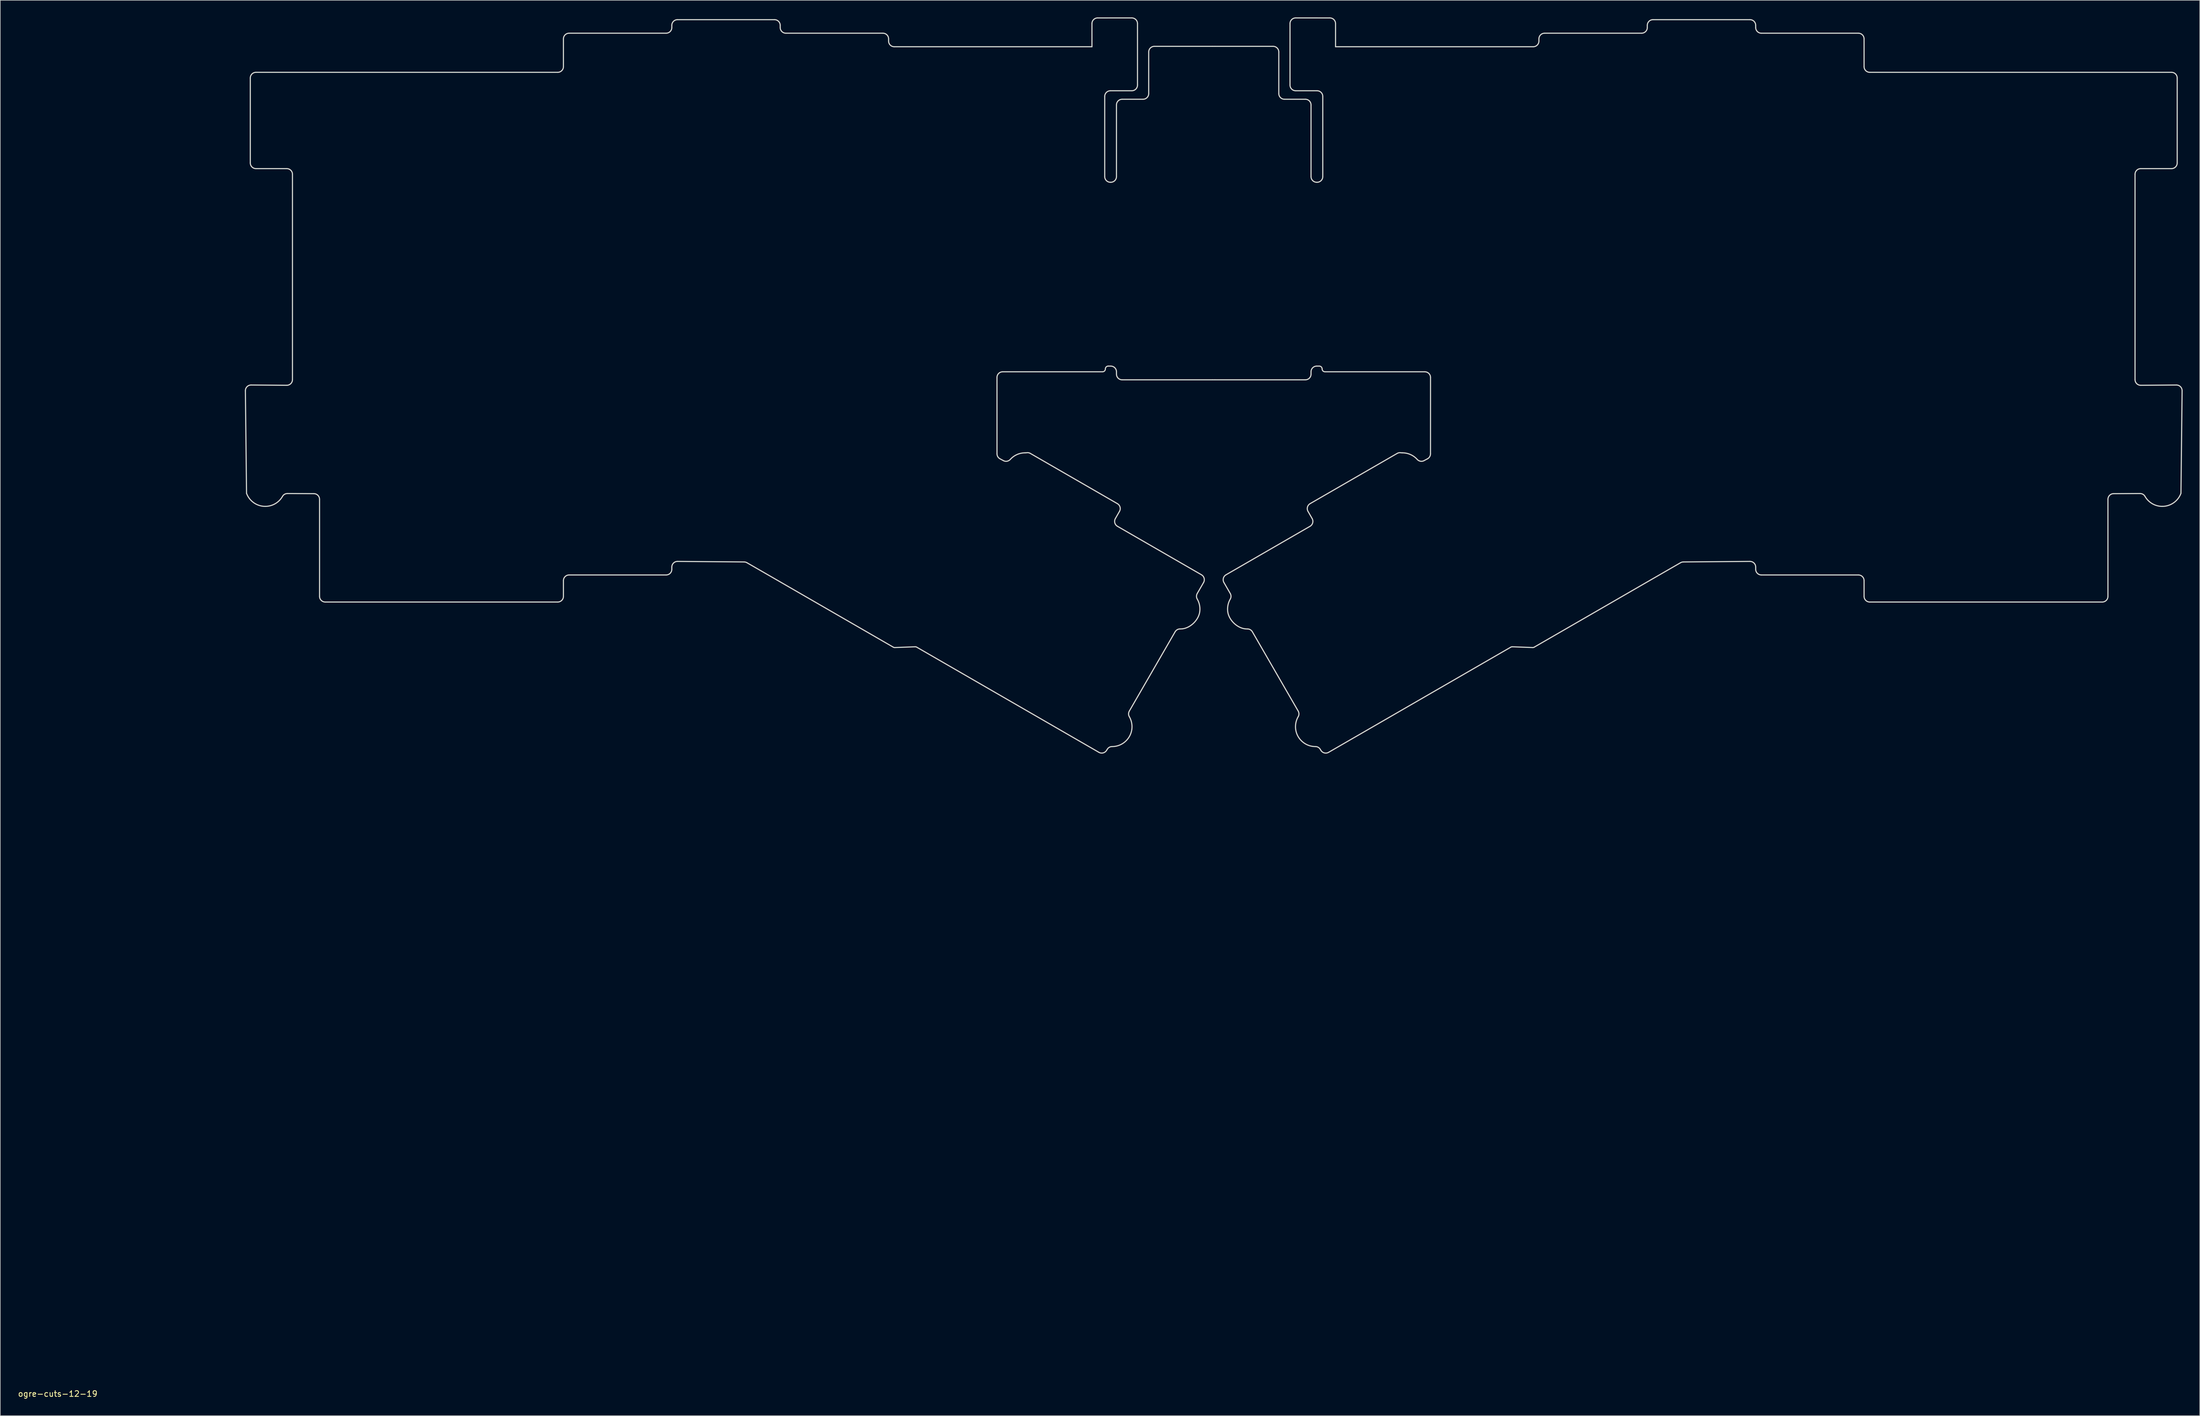
<source format=kicad_pcb>
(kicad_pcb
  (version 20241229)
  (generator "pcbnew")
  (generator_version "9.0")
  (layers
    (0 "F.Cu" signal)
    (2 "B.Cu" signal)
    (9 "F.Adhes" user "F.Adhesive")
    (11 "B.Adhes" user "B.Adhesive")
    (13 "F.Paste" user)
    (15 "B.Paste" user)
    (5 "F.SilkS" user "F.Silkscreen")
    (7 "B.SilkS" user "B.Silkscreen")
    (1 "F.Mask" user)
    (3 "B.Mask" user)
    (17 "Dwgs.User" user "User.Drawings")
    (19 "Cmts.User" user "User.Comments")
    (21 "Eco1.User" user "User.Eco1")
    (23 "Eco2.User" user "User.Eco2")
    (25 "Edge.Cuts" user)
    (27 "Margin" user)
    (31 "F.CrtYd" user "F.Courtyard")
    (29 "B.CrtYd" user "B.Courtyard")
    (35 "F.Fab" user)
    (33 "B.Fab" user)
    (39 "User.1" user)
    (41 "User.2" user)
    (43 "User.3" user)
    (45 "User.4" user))
  (footprint "ogre-cuts-12-19"
    (layer "F.Cu")
    (at 7.101 241.504)
    (property "Reference" "ogre-cuts-12-19" (at 0 0.5 0) (layer "F.SilkS") (effects (font (size 1 1) (thickness 0.15))))
    (attr through_hole)
    (fp_curve (pts (xy 32.978 -175.851) (xy 32.978 -175.851) (xy 33.181 -157.818) (xy 33.181 -157.818)) (stroke (width 0.2) (type solid)) (layer "Edge.Cuts"))
    (fp_curve (pts (xy 33.181 -157.818) (xy 33.673 -156.48) (xy 34.959 -155.526) (xy 36.467 -155.526)) (stroke (width 0.2) (type solid)) (layer "Edge.Cuts"))
    (fp_curve (pts (xy 33.841 -230.84) (xy 33.841 -230.84) (xy 33.841 -215.907) (xy 33.841 -215.907)) (stroke (width 0.2) (type solid)) (layer "Edge.Cuts"))
    (fp_curve (pts (xy 33.841 -215.907) (xy 33.841 -215.355) (xy 34.289 -214.907) (xy 34.841 -214.907)) (stroke (width 0.2) (type solid)) (layer "Edge.Cuts"))
    (fp_curve (pts (xy 33.986 -176.862) (xy 33.426 -176.867) (xy 32.972 -176.411) (xy 32.978 -175.851)) (stroke (width 0.2) (type solid)) (layer "Edge.Cuts"))
    (fp_curve (pts (xy 34.841 -231.84) (xy 34.289 -231.84) (xy 33.841 -231.392) (xy 33.841 -230.84)) (stroke (width 0.2) (type solid)) (layer "Edge.Cuts"))
    (fp_curve (pts (xy 34.841 -214.907) (xy 34.841 -214.907) (xy 40.252 -214.907) (xy 40.252 -214.907)) (stroke (width 0.2) (type solid)) (layer "Edge.Cuts"))
    (fp_curve (pts (xy 36.467 -155.526) (xy 37.775 -155.526) (xy 38.915 -156.244) (xy 39.516 -157.306)) (stroke (width 0.2) (type solid)) (layer "Edge.Cuts"))
    (fp_curve (pts (xy 39.516 -157.306) (xy 39.687 -157.61) (xy 40.022 -157.785) (xy 40.371 -157.783)) (stroke (width 0.2) (type solid)) (layer "Edge.Cuts"))
    (fp_curve (pts (xy 40.245 -176.815) (xy 40.245 -176.815) (xy 33.986 -176.862) (xy 33.986 -176.862)) (stroke (width 0.2) (type solid)) (layer "Edge.Cuts"))
    (fp_curve (pts (xy 40.252 -214.907) (xy 40.804 -214.907) (xy 41.252 -214.459) (xy 41.252 -213.907)) (stroke (width 0.2) (type solid)) (layer "Edge.Cuts"))
    (fp_curve (pts (xy 40.371 -157.783) (xy 41.464 -157.778) (xy 43.715 -157.767) (xy 45.019 -157.761)) (stroke (width 0.2) (type solid)) (layer "Edge.Cuts"))
    (fp_curve (pts (xy 41.252 -213.907) (xy 41.252 -213.907) (xy 41.252 -177.815) (xy 41.252 -177.815)) (stroke (width 0.2) (type solid)) (layer "Edge.Cuts"))
    (fp_curve (pts (xy 41.252 -177.815) (xy 41.252 -177.259) (xy 40.8 -176.81) (xy 40.245 -176.815)) (stroke (width 0.2) (type solid)) (layer "Edge.Cuts"))
    (fp_curve (pts (xy 45.019 -157.761) (xy 45.57 -157.759) (xy 46.012 -157.312) (xy 46.012 -156.761)) (stroke (width 0.2) (type solid)) (layer "Edge.Cuts"))
    (fp_curve (pts (xy 46.012 -156.761) (xy 46.012 -156.761) (xy 46.012 -139.707) (xy 46.012 -139.707)) (stroke (width 0.2) (type solid)) (layer "Edge.Cuts"))
    (fp_curve (pts (xy 46.012 -139.707) (xy 46.012 -139.155) (xy 46.46 -138.707) (xy 47.012 -138.707)) (stroke (width 0.2) (type solid)) (layer "Edge.Cuts"))
    (fp_curve (pts (xy 47.012 -138.707) (xy 47.012 -138.707) (xy 87.875 -138.707) (xy 87.875 -138.707)) (stroke (width 0.2) (type solid)) (layer "Edge.Cuts"))
    (fp_curve (pts (xy 87.875 -231.84) (xy 87.875 -231.84) (xy 34.841 -231.84) (xy 34.841 -231.84)) (stroke (width 0.2) (type solid)) (layer "Edge.Cuts"))
    (fp_curve (pts (xy 87.875 -138.707) (xy 88.427 -138.707) (xy 88.875 -139.155) (xy 88.875 -139.707)) (stroke (width 0.2) (type solid)) (layer "Edge.Cuts"))
    (fp_curve (pts (xy 88.875 -237.717) (xy 88.875 -237.717) (xy 88.875 -232.84) (xy 88.875 -232.84)) (stroke (width 0.2) (type solid)) (layer "Edge.Cuts"))
    (fp_curve (pts (xy 88.875 -232.84) (xy 88.875 -232.288) (xy 88.427 -231.84) (xy 87.875 -231.84)) (stroke (width 0.2) (type solid)) (layer "Edge.Cuts"))
    (fp_curve (pts (xy 88.875 -142.467) (xy 88.875 -143.019) (xy 89.322 -143.467) (xy 89.875 -143.467)) (stroke (width 0.2) (type solid)) (layer "Edge.Cuts"))
    (fp_curve (pts (xy 88.875 -139.707) (xy 88.875 -139.707) (xy 88.875 -142.467) (xy 88.875 -142.467)) (stroke (width 0.2) (type solid)) (layer "Edge.Cuts"))
    (fp_curve (pts (xy 89.875 -238.717) (xy 89.322 -238.717) (xy 88.875 -238.269) (xy 88.875 -237.717)) (stroke (width 0.2) (type solid)) (layer "Edge.Cuts"))
    (fp_curve (pts (xy 89.875 -143.467) (xy 89.875 -143.467) (xy 106.925 -143.467) (xy 106.925 -143.467)) (stroke (width 0.2) (type solid)) (layer "Edge.Cuts"))
    (fp_curve (pts (xy 106.925 -238.717) (xy 106.925 -238.717) (xy 89.875 -238.717) (xy 89.875 -238.717)) (stroke (width 0.2) (type solid)) (layer "Edge.Cuts"))
    (fp_curve (pts (xy 106.925 -143.467) (xy 107.477 -143.467) (xy 107.925 -143.915) (xy 107.925 -144.467)) (stroke (width 0.2) (type solid)) (layer "Edge.Cuts"))
    (fp_curve (pts (xy 107.925 -240.097) (xy 107.925 -240.097) (xy 107.925 -239.717) (xy 107.925 -239.717)) (stroke (width 0.2) (type solid)) (layer "Edge.Cuts"))
    (fp_curve (pts (xy 107.925 -239.717) (xy 107.925 -239.165) (xy 107.477 -238.717) (xy 106.925 -238.717)) (stroke (width 0.2) (type solid)) (layer "Edge.Cuts"))
    (fp_curve (pts (xy 107.925 -144.849) (xy 107.925 -145.404) (xy 108.377 -145.853) (xy 108.933 -145.849)) (stroke (width 0.2) (type solid)) (layer "Edge.Cuts"))
    (fp_curve (pts (xy 107.925 -144.467) (xy 107.925 -144.467) (xy 107.925 -144.849) (xy 107.925 -144.849)) (stroke (width 0.2) (type solid)) (layer "Edge.Cuts"))
    (fp_curve (pts (xy 108.925 -241.097) (xy 108.372 -241.097) (xy 107.925 -240.649) (xy 107.925 -240.097)) (stroke (width 0.2) (type solid)) (layer "Edge.Cuts"))
    (fp_curve (pts (xy 108.933 -145.849) (xy 108.933 -145.849) (xy 120.634 -145.755) (xy 120.634 -145.755)) (stroke (width 0.2) (type solid)) (layer "Edge.Cuts"))
    (fp_curve (pts (xy 120.634 -145.755) (xy 120.807 -145.754) (xy 120.976 -145.707) (xy 121.126 -145.621)) (stroke (width 0.2) (type solid)) (layer "Edge.Cuts"))
    (fp_curve (pts (xy 121.126 -145.621) (xy 121.126 -145.621) (xy 126.355 -142.606) (xy 126.355 -142.606)) (stroke (width 0.2) (type solid)) (layer "Edge.Cuts"))
    (fp_curve (pts (xy 125.975 -241.097) (xy 125.975 -241.097) (xy 108.925 -241.097) (xy 108.925 -241.097)) (stroke (width 0.2) (type solid)) (layer "Edge.Cuts"))
    (fp_curve (pts (xy 126.355 -142.606) (xy 126.355 -142.606) (xy 146.852 -130.77) (xy 146.852 -130.77)) (stroke (width 0.2) (type solid)) (layer "Edge.Cuts"))
    (fp_curve (pts (xy 126.975 -240.097) (xy 126.975 -240.649) (xy 126.527 -241.097) (xy 125.975 -241.097)) (stroke (width 0.2) (type solid)) (layer "Edge.Cuts"))
    (fp_curve (pts (xy 126.975 -239.717) (xy 126.975 -239.717) (xy 126.975 -240.097) (xy 126.975 -240.097)) (stroke (width 0.2) (type solid)) (layer "Edge.Cuts"))
    (fp_curve (pts (xy 127.975 -238.717) (xy 127.422 -238.717) (xy 126.975 -239.165) (xy 126.975 -239.717)) (stroke (width 0.2) (type solid)) (layer "Edge.Cuts"))
    (fp_curve (pts (xy 145.025 -238.717) (xy 145.025 -238.717) (xy 127.975 -238.717) (xy 127.975 -238.717)) (stroke (width 0.2) (type solid)) (layer "Edge.Cuts"))
    (fp_curve (pts (xy 146.025 -237.717) (xy 146.025 -238.269) (xy 145.577 -238.717) (xy 145.025 -238.717)) (stroke (width 0.2) (type solid)) (layer "Edge.Cuts"))
    (fp_curve (pts (xy 146.025 -237.337) (xy 146.025 -237.337) (xy 146.025 -237.717) (xy 146.025 -237.717)) (stroke (width 0.2) (type solid)) (layer "Edge.Cuts"))
    (fp_curve (pts (xy 146.852 -130.77) (xy 146.934 -130.723) (xy 147.027 -130.7) (xy 147.121 -130.704)) (stroke (width 0.2) (type solid)) (layer "Edge.Cuts"))
    (fp_curve (pts (xy 147.025 -236.337) (xy 146.472 -236.337) (xy 146.025 -236.785) (xy 146.025 -237.337)) (stroke (width 0.2) (type solid)) (layer "Edge.Cuts"))
    (fp_curve (pts (xy 147.121 -130.704) (xy 147.121 -130.704) (xy 150.696 -130.84) (xy 150.696 -130.84)) (stroke (width 0.2) (type solid)) (layer "Edge.Cuts"))
    (fp_curve (pts (xy 150.696 -130.84) (xy 150.79 -130.844) (xy 150.883 -130.821) (xy 150.965 -130.774)) (stroke (width 0.2) (type solid)) (layer "Edge.Cuts"))
    (fp_curve (pts (xy 150.965 -130.774) (xy 150.965 -130.774) (xy 182.986 -112.283) (xy 182.986 -112.283)) (stroke (width 0.2) (type solid)) (layer "Edge.Cuts"))
    (fp_curve (pts (xy 165.075 -178.187) (xy 165.075 -178.739) (xy 165.522 -179.187) (xy 166.075 -179.187)) (stroke (width 0.2) (type solid)) (layer "Edge.Cuts"))
    (fp_curve (pts (xy 165.078 -164.77) (xy 165.078 -164.77) (xy 165.075 -178.187) (xy 165.075 -178.187)) (stroke (width 0.2) (type solid)) (layer "Edge.Cuts"))
    (fp_curve (pts (xy 165.607 -163.888) (xy 165.282 -164.062) (xy 165.078 -164.401) (xy 165.078 -164.77)) (stroke (width 0.2) (type solid)) (layer "Edge.Cuts"))
    (fp_curve (pts (xy 166.075 -179.187) (xy 166.075 -179.187) (xy 183.625 -179.187) (xy 183.625 -179.187)) (stroke (width 0.2) (type solid)) (layer "Edge.Cuts"))
    (fp_curve (pts (xy 166.22 -163.561) (xy 166.22 -163.561) (xy 165.607 -163.888) (xy 165.607 -163.888)) (stroke (width 0.2) (type solid)) (layer "Edge.Cuts"))
    (fp_curve (pts (xy 167.425 -163.792) (xy 167.116 -163.451) (xy 166.626 -163.344) (xy 166.22 -163.561)) (stroke (width 0.2) (type solid)) (layer "Edge.Cuts"))
    (fp_curve (pts (xy 170.015 -164.938) (xy 168.988 -164.938) (xy 168.065 -164.496) (xy 167.425 -163.792)) (stroke (width 0.2) (type solid)) (layer "Edge.Cuts"))
    (fp_curve (pts (xy 170.02 -164.937) (xy 170.02 -164.937) (xy 170.015 -164.938) (xy 170.015 -164.938)) (stroke (width 0.2) (type solid)) (layer "Edge.Cuts"))
    (fp_curve (pts (xy 170.292 -164.958) (xy 170.212 -164.946) (xy 170.12 -164.937) (xy 170.02 -164.937)) (stroke (width 0.2) (type solid)) (layer "Edge.Cuts"))
    (fp_curve (pts (xy 170.94 -164.835) (xy 170.744 -164.949) (xy 170.516 -164.991) (xy 170.292 -164.958)) (stroke (width 0.2) (type solid)) (layer "Edge.Cuts"))
    (fp_curve (pts (xy 181.766 -240.402) (xy 181.766 -240.402) (xy 181.766 -236.337) (xy 181.766 -236.337)) (stroke (width 0.2) (type solid)) (layer "Edge.Cuts"))
    (fp_curve (pts (xy 181.766 -236.337) (xy 181.766 -236.337) (xy 147.025 -236.337) (xy 147.025 -236.337)) (stroke (width 0.2) (type solid)) (layer "Edge.Cuts"))
    (fp_curve (pts (xy 182.766 -241.402) (xy 182.213 -241.402) (xy 181.766 -240.954) (xy 181.766 -240.402)) (stroke (width 0.2) (type solid)) (layer "Edge.Cuts"))
    (fp_curve (pts (xy 182.986 -112.283) (xy 183.455 -112.012) (xy 184.055 -112.164) (xy 184.338 -112.626)) (stroke (width 0.2) (type solid)) (layer "Edge.Cuts"))
    (fp_curve (pts (xy 183.625 -179.187) (xy 183.901 -179.187) (xy 184.125 -179.411) (xy 184.125 -179.687)) (stroke (width 0.2) (type solid)) (layer "Edge.Cuts"))
    (fp_curve (pts (xy 184.012 -227.598) (xy 184.012 -228.15) (xy 184.46 -228.598) (xy 185.012 -228.598)) (stroke (width 0.2) (type solid)) (layer "Edge.Cuts"))
    (fp_curve (pts (xy 184.012 -213.508) (xy 184.012 -213.508) (xy 184.012 -227.598) (xy 184.012 -227.598)) (stroke (width 0.2) (type solid)) (layer "Edge.Cuts"))
    (fp_curve (pts (xy 184.125 -179.687) (xy 184.125 -179.963) (xy 184.348 -180.187) (xy 184.625 -180.187)) (stroke (width 0.2) (type solid)) (layer "Edge.Cuts"))
    (fp_curve (pts (xy 184.125 -179.687) (xy 184.125 -179.687) (xy 184.125 -179.687) (xy 184.125 -179.687)) (stroke (width 0.2) (type solid)) (layer "Edge.Cuts"))
    (fp_curve (pts (xy 184.338 -112.626) (xy 184.338 -112.626) (xy 184.443 -112.797) (xy 184.443 -112.797)) (stroke (width 0.2) (type solid)) (layer "Edge.Cuts"))
    (fp_curve (pts (xy 184.443 -112.797) (xy 184.618 -113.1) (xy 184.939 -113.297) (xy 185.289 -113.295)) (stroke (width 0.2) (type solid)) (layer "Edge.Cuts"))
    (fp_curve (pts (xy 184.625 -180.187) (xy 184.625 -180.187) (xy 185.075 -180.187) (xy 185.075 -180.187)) (stroke (width 0.2) (type solid)) (layer "Edge.Cuts"))
    (fp_curve (pts (xy 185.012 -228.598) (xy 185.012 -228.598) (xy 188.77 -228.598) (xy 188.77 -228.598)) (stroke (width 0.2) (type solid)) (layer "Edge.Cuts"))
    (fp_curve (pts (xy 185.012 -212.508) (xy 184.46 -212.508) (xy 184.012 -212.956) (xy 184.012 -213.508)) (stroke (width 0.2) (type solid)) (layer "Edge.Cuts"))
    (fp_curve (pts (xy 185.075 -212.508) (xy 185.075 -212.508) (xy 185.012 -212.508) (xy 185.012 -212.508)) (stroke (width 0.2) (type solid)) (layer "Edge.Cuts"))
    (fp_curve (pts (xy 185.075 -180.187) (xy 185.628 -180.187) (xy 186.075 -179.739) (xy 186.075 -179.187)) (stroke (width 0.2) (type solid)) (layer "Edge.Cuts"))
    (fp_curve (pts (xy 185.289 -113.295) (xy 185.454 -113.295) (xy 185.622 -113.305) (xy 185.791 -113.328)) (stroke (width 0.2) (type solid)) (layer "Edge.Cuts"))
    (fp_curve (pts (xy 185.791 -113.328) (xy 187.327 -113.535) (xy 188.568 -114.778) (xy 188.773 -116.315)) (stroke (width 0.2) (type solid)) (layer "Edge.Cuts"))
    (fp_curve (pts (xy 185.885 -153.388) (xy 185.885 -153.388) (xy 186.604 -154.641) (xy 186.604 -154.641)) (stroke (width 0.2) (type solid)) (layer "Edge.Cuts"))
    (fp_curve (pts (xy 186.075 -226.104) (xy 186.075 -226.104) (xy 186.075 -213.508) (xy 186.075 -213.508)) (stroke (width 0.2) (type solid)) (layer "Edge.Cuts"))
    (fp_curve (pts (xy 186.075 -213.508) (xy 186.075 -212.956) (xy 185.628 -212.508) (xy 185.075 -212.508)) (stroke (width 0.2) (type solid)) (layer "Edge.Cuts"))
    (fp_curve (pts (xy 186.075 -179.187) (xy 186.075 -179.187) (xy 186.075 -178.776) (xy 186.075 -178.776)) (stroke (width 0.2) (type solid)) (layer "Edge.Cuts"))
    (fp_curve (pts (xy 186.075 -178.776) (xy 186.075 -178.223) (xy 186.523 -177.776) (xy 187.075 -177.776)) (stroke (width 0.2) (type solid)) (layer "Edge.Cuts"))
    (fp_curve (pts (xy 186.237 -156.005) (xy 186.237 -156.005) (xy 170.94 -164.835) (xy 170.94 -164.835)) (stroke (width 0.2) (type solid)) (layer "Edge.Cuts"))
    (fp_curve (pts (xy 186.251 -152.022) (xy 185.772 -152.298) (xy 185.609 -152.91) (xy 185.885 -153.388)) (stroke (width 0.2) (type solid)) (layer "Edge.Cuts"))
    (fp_curve (pts (xy 186.604 -154.641) (xy 186.879 -155.119) (xy 186.715 -155.729) (xy 186.237 -156.005)) (stroke (width 0.2) (type solid)) (layer "Edge.Cuts"))
    (fp_curve (pts (xy 187.075 -227.104) (xy 186.523 -227.104) (xy 186.075 -226.657) (xy 186.075 -226.104)) (stroke (width 0.2) (type solid)) (layer "Edge.Cuts"))
    (fp_curve (pts (xy 187.075 -177.776) (xy 187.075 -177.776) (xy 202.971 -177.776) (xy 202.971 -177.776)) (stroke (width 0.2) (type solid)) (layer "Edge.Cuts"))
    (fp_curve (pts (xy 188.326 -118.564) (xy 188.15 -118.864) (xy 188.163 -119.24) (xy 188.338 -119.542)) (stroke (width 0.2) (type solid)) (layer "Edge.Cuts"))
    (fp_curve (pts (xy 188.338 -119.542) (xy 188.338 -119.542) (xy 196.384 -133.474) (xy 196.384 -133.474)) (stroke (width 0.2) (type solid)) (layer "Edge.Cuts"))
    (fp_curve (pts (xy 188.77 -241.404) (xy 188.77 -241.404) (xy 182.766 -241.402) (xy 182.766 -241.402)) (stroke (width 0.2) (type solid)) (layer "Edge.Cuts"))
    (fp_curve (pts (xy 188.77 -228.598) (xy 189.322 -228.598) (xy 189.77 -229.045) (xy 189.77 -229.598)) (stroke (width 0.2) (type solid)) (layer "Edge.Cuts"))
    (fp_curve (pts (xy 188.773 -116.315) (xy 188.883 -117.139) (xy 188.705 -117.918) (xy 188.326 -118.564)) (stroke (width 0.2) (type solid)) (layer "Edge.Cuts"))
    (fp_curve (pts (xy 189.77 -240.404) (xy 189.77 -240.956) (xy 189.322 -241.404) (xy 188.77 -241.404)) (stroke (width 0.2) (type solid)) (layer "Edge.Cuts"))
    (fp_curve (pts (xy 189.77 -229.598) (xy 189.77 -229.598) (xy 189.77 -240.404) (xy 189.77 -240.404)) (stroke (width 0.2) (type solid)) (layer "Edge.Cuts"))
    (fp_curve (pts (xy 190.741 -227.104) (xy 190.741 -227.104) (xy 187.075 -227.104) (xy 187.075 -227.104)) (stroke (width 0.2) (type solid)) (layer "Edge.Cuts"))
    (fp_curve (pts (xy 191.741 -235.408) (xy 191.741 -235.408) (xy 191.741 -228.104) (xy 191.741 -228.104)) (stroke (width 0.2) (type solid)) (layer "Edge.Cuts"))
    (fp_curve (pts (xy 191.741 -228.104) (xy 191.741 -227.552) (xy 191.293 -227.104) (xy 190.741 -227.104)) (stroke (width 0.2) (type solid)) (layer "Edge.Cuts"))
    (fp_curve (pts (xy 192.741 -236.408) (xy 192.188 -236.408) (xy 191.741 -235.96) (xy 191.741 -235.408)) (stroke (width 0.2) (type solid)) (layer "Edge.Cuts"))
    (fp_curve (pts (xy 196.384 -133.474) (xy 196.559 -133.777) (xy 196.88 -133.974) (xy 197.23 -133.973)) (stroke (width 0.2) (type solid)) (layer "Edge.Cuts"))
    (fp_curve (pts (xy 197.23 -133.973) (xy 197.384 -133.972) (xy 197.541 -133.982) (xy 197.699 -134.002)) (stroke (width 0.2) (type solid)) (layer "Edge.Cuts"))
    (fp_curve (pts (xy 197.699 -134.002) (xy 199.124 -134.182) (xy 200.521 -135.569) (xy 200.711 -136.992)) (stroke (width 0.2) (type solid)) (layer "Edge.Cuts"))
    (fp_curve (pts (xy 200.265 -139.239) (xy 200.089 -139.54) (xy 200.103 -139.915) (xy 200.277 -140.217)) (stroke (width 0.2) (type solid)) (layer "Edge.Cuts"))
    (fp_curve (pts (xy 200.277 -140.217) (xy 200.277 -140.217) (xy 201.382 -142.131) (xy 201.382 -142.131)) (stroke (width 0.2) (type solid)) (layer "Edge.Cuts"))
    (fp_curve (pts (xy 200.711 -136.992) (xy 200.82 -137.816) (xy 200.643 -138.594) (xy 200.265 -139.239)) (stroke (width 0.2) (type solid)) (layer "Edge.Cuts"))
    (fp_curve (pts (xy 201.016 -143.497) (xy 201.016 -143.497) (xy 186.251 -152.022) (xy 186.251 -152.022)) (stroke (width 0.2) (type solid)) (layer "Edge.Cuts"))
    (fp_curve (pts (xy 201.382 -142.131) (xy 201.658 -142.609) (xy 201.494 -143.221) (xy 201.016 -143.497)) (stroke (width 0.2) (type solid)) (layer "Edge.Cuts"))
    (fp_curve (pts (xy 202.971 -236.408) (xy 202.971 -236.408) (xy 192.741 -236.408) (xy 192.741 -236.408)) (stroke (width 0.2) (type solid)) (layer "Edge.Cuts"))
    (fp_curve (pts (xy 202.971 -177.776) (xy 202.971 -177.776) (xy 203.375 -177.776) (xy 203.375 -177.776)) (stroke (width 0.2) (type solid)) (layer "Edge.Cuts"))
    (fp_curve (pts (xy 203.375 -236.408) (xy 203.375 -236.408) (xy 202.971 -236.408) (xy 202.971 -236.408)) (stroke (width 0.2) (type solid)) (layer "Edge.Cuts"))
    (fp_curve (pts (xy 203.375 -177.776) (xy 203.375 -177.776) (xy 219.271 -177.776) (xy 219.271 -177.776)) (stroke (width 0.2) (type solid)) (layer "Edge.Cuts"))
    (fp_curve (pts (xy 204.965 -142.131) (xy 204.965 -142.131) (xy 206.07 -140.217) (xy 206.07 -140.217)) (stroke (width 0.2) (type solid)) (layer "Edge.Cuts"))
    (fp_curve (pts (xy 205.331 -143.497) (xy 204.853 -143.221) (xy 204.689 -142.609) (xy 204.965 -142.131)) (stroke (width 0.2) (type solid)) (layer "Edge.Cuts"))
    (fp_curve (pts (xy 205.636 -136.992) (xy 205.825 -135.569) (xy 207.222 -134.182) (xy 208.647 -134.002)) (stroke (width 0.2) (type solid)) (layer "Edge.Cuts"))
    (fp_curve (pts (xy 206.07 -140.217) (xy 206.244 -139.915) (xy 206.258 -139.54) (xy 206.082 -139.239)) (stroke (width 0.2) (type solid)) (layer "Edge.Cuts"))
    (fp_curve (pts (xy 206.082 -139.239) (xy 205.704 -138.594) (xy 205.526 -137.816) (xy 205.636 -136.992)) (stroke (width 0.2) (type solid)) (layer "Edge.Cuts"))
    (fp_curve (pts (xy 208.647 -134.002) (xy 208.806 -133.982) (xy 208.962 -133.972) (xy 209.117 -133.973)) (stroke (width 0.2) (type solid)) (layer "Edge.Cuts"))
    (fp_curve (pts (xy 209.117 -133.973) (xy 209.467 -133.974) (xy 209.788 -133.777) (xy 209.963 -133.474)) (stroke (width 0.2) (type solid)) (layer "Edge.Cuts"))
    (fp_curve (pts (xy 209.963 -133.474) (xy 209.963 -133.474) (xy 218.009 -119.542) (xy 218.009 -119.542)) (stroke (width 0.2) (type solid)) (layer "Edge.Cuts"))
    (fp_curve (pts (xy 213.606 -236.408) (xy 213.606 -236.408) (xy 203.375 -236.408) (xy 203.375 -236.408)) (stroke (width 0.2) (type solid)) (layer "Edge.Cuts"))
    (fp_curve (pts (xy 214.606 -235.408) (xy 214.606 -235.96) (xy 214.158 -236.408) (xy 213.606 -236.408)) (stroke (width 0.2) (type solid)) (layer "Edge.Cuts"))
    (fp_curve (pts (xy 214.606 -228.104) (xy 214.606 -228.104) (xy 214.606 -235.408) (xy 214.606 -235.408)) (stroke (width 0.2) (type solid)) (layer "Edge.Cuts"))
    (fp_curve (pts (xy 215.606 -227.104) (xy 215.054 -227.104) (xy 214.606 -227.552) (xy 214.606 -228.104)) (stroke (width 0.2) (type solid)) (layer "Edge.Cuts"))
    (fp_curve (pts (xy 216.577 -240.404) (xy 216.577 -240.404) (xy 216.577 -229.598) (xy 216.577 -229.598)) (stroke (width 0.2) (type solid)) (layer "Edge.Cuts"))
    (fp_curve (pts (xy 216.577 -229.598) (xy 216.577 -229.045) (xy 217.024 -228.598) (xy 217.577 -228.598)) (stroke (width 0.2) (type solid)) (layer "Edge.Cuts"))
    (fp_curve (pts (xy 217.574 -116.315) (xy 217.778 -114.778) (xy 219.019 -113.535) (xy 220.556 -113.328)) (stroke (width 0.2) (type solid)) (layer "Edge.Cuts"))
    (fp_curve (pts (xy 217.577 -228.598) (xy 217.577 -228.598) (xy 221.335 -228.598) (xy 221.335 -228.598)) (stroke (width 0.2) (type solid)) (layer "Edge.Cuts"))
    (fp_curve (pts (xy 217.577 -241.404) (xy 217.025 -241.404) (xy 216.577 -240.956) (xy 216.577 -240.404)) (stroke (width 0.2) (type solid)) (layer "Edge.Cuts"))
    (fp_curve (pts (xy 218.009 -119.542) (xy 218.183 -119.24) (xy 218.197 -118.864) (xy 218.021 -118.564)) (stroke (width 0.2) (type solid)) (layer "Edge.Cuts"))
    (fp_curve (pts (xy 218.021 -118.564) (xy 217.642 -117.918) (xy 217.464 -117.139) (xy 217.574 -116.315)) (stroke (width 0.2) (type solid)) (layer "Edge.Cuts"))
    (fp_curve (pts (xy 219.271 -227.104) (xy 219.271 -227.104) (xy 215.606 -227.104) (xy 215.606 -227.104)) (stroke (width 0.2) (type solid)) (layer "Edge.Cuts"))
    (fp_curve (pts (xy 219.271 -177.776) (xy 219.824 -177.776) (xy 220.271 -178.223) (xy 220.271 -178.776)) (stroke (width 0.2) (type solid)) (layer "Edge.Cuts"))
    (fp_curve (pts (xy 219.742 -154.641) (xy 219.742 -154.641) (xy 220.462 -153.388) (xy 220.462 -153.388)) (stroke (width 0.2) (type solid)) (layer "Edge.Cuts"))
    (fp_curve (pts (xy 220.096 -152.022) (xy 220.096 -152.022) (xy 205.331 -143.497) (xy 205.331 -143.497)) (stroke (width 0.2) (type solid)) (layer "Edge.Cuts"))
    (fp_curve (pts (xy 220.109 -156.005) (xy 219.632 -155.729) (xy 219.468 -155.119) (xy 219.742 -154.641)) (stroke (width 0.2) (type solid)) (layer "Edge.Cuts"))
    (fp_curve (pts (xy 220.271 -226.104) (xy 220.271 -226.657) (xy 219.824 -227.104) (xy 219.271 -227.104)) (stroke (width 0.2) (type solid)) (layer "Edge.Cuts"))
    (fp_curve (pts (xy 220.271 -213.508) (xy 220.271 -213.508) (xy 220.271 -226.104) (xy 220.271 -226.104)) (stroke (width 0.2) (type solid)) (layer "Edge.Cuts"))
    (fp_curve (pts (xy 220.271 -179.187) (xy 220.271 -179.739) (xy 220.719 -180.187) (xy 221.271 -180.187)) (stroke (width 0.2) (type solid)) (layer "Edge.Cuts"))
    (fp_curve (pts (xy 220.271 -178.776) (xy 220.271 -178.776) (xy 220.271 -179.187) (xy 220.271 -179.187)) (stroke (width 0.2) (type solid)) (layer "Edge.Cuts"))
    (fp_curve (pts (xy 220.462 -153.388) (xy 220.738 -152.91) (xy 220.574 -152.298) (xy 220.096 -152.022)) (stroke (width 0.2) (type solid)) (layer "Edge.Cuts"))
    (fp_curve (pts (xy 220.556 -113.328) (xy 220.725 -113.305) (xy 220.893 -113.295) (xy 221.057 -113.295)) (stroke (width 0.2) (type solid)) (layer "Edge.Cuts"))
    (fp_curve (pts (xy 221.057 -113.295) (xy 221.408 -113.297) (xy 221.729 -113.1) (xy 221.904 -112.797)) (stroke (width 0.2) (type solid)) (layer "Edge.Cuts"))
    (fp_curve (pts (xy 221.271 -212.508) (xy 220.719 -212.508) (xy 220.271 -212.956) (xy 220.271 -213.508)) (stroke (width 0.2) (type solid)) (layer "Edge.Cuts"))
    (fp_curve (pts (xy 221.271 -180.187) (xy 221.271 -180.187) (xy 221.722 -180.187) (xy 221.722 -180.187)) (stroke (width 0.2) (type solid)) (layer "Edge.Cuts"))
    (fp_curve (pts (xy 221.335 -228.598) (xy 221.887 -228.598) (xy 222.335 -228.15) (xy 222.335 -227.598)) (stroke (width 0.2) (type solid)) (layer "Edge.Cuts"))
    (fp_curve (pts (xy 221.335 -212.508) (xy 221.335 -212.508) (xy 221.271 -212.508) (xy 221.271 -212.508)) (stroke (width 0.2) (type solid)) (layer "Edge.Cuts"))
    (fp_curve (pts (xy 221.722 -180.187) (xy 221.998 -180.187) (xy 222.222 -179.963) (xy 222.222 -179.687)) (stroke (width 0.2) (type solid)) (layer "Edge.Cuts"))
    (fp_curve (pts (xy 221.904 -112.797) (xy 221.904 -112.797) (xy 222.008 -112.626) (xy 222.008 -112.626)) (stroke (width 0.2) (type solid)) (layer "Edge.Cuts"))
    (fp_curve (pts (xy 222.008 -112.626) (xy 222.292 -112.164) (xy 222.892 -112.012) (xy 223.361 -112.283)) (stroke (width 0.2) (type solid)) (layer "Edge.Cuts"))
    (fp_curve (pts (xy 222.222 -179.687) (xy 222.222 -179.687) (xy 222.222 -179.687) (xy 222.222 -179.687)) (stroke (width 0.2) (type solid)) (layer "Edge.Cuts"))
    (fp_curve (pts (xy 222.222 -179.687) (xy 222.222 -179.411) (xy 222.446 -179.187) (xy 222.722 -179.187)) (stroke (width 0.2) (type solid)) (layer "Edge.Cuts"))
    (fp_curve (pts (xy 222.335 -227.598) (xy 222.335 -227.598) (xy 222.335 -213.508) (xy 222.335 -213.508)) (stroke (width 0.2) (type solid)) (layer "Edge.Cuts"))
    (fp_curve (pts (xy 222.335 -213.508) (xy 222.335 -212.956) (xy 221.887 -212.508) (xy 221.335 -212.508)) (stroke (width 0.2) (type solid)) (layer "Edge.Cuts"))
    (fp_curve (pts (xy 222.722 -179.187) (xy 222.722 -179.187) (xy 240.272 -179.187) (xy 240.272 -179.187)) (stroke (width 0.2) (type solid)) (layer "Edge.Cuts"))
    (fp_curve (pts (xy 223.361 -112.283) (xy 223.361 -112.283) (xy 255.382 -130.774) (xy 255.382 -130.774)) (stroke (width 0.2) (type solid)) (layer "Edge.Cuts"))
    (fp_curve (pts (xy 223.581 -241.402) (xy 223.581 -241.402) (xy 217.577 -241.404) (xy 217.577 -241.404)) (stroke (width 0.2) (type solid)) (layer "Edge.Cuts"))
    (fp_curve (pts (xy 224.581 -240.402) (xy 224.581 -240.954) (xy 224.133 -241.402) (xy 223.581 -241.402)) (stroke (width 0.2) (type solid)) (layer "Edge.Cuts"))
    (fp_curve (pts (xy 224.581 -236.337) (xy 224.581 -236.337) (xy 224.581 -240.402) (xy 224.581 -240.402)) (stroke (width 0.2) (type solid)) (layer "Edge.Cuts"))
    (fp_curve (pts (xy 235.407 -164.835) (xy 235.407 -164.835) (xy 220.109 -156.005) (xy 220.109 -156.005)) (stroke (width 0.2) (type solid)) (layer "Edge.Cuts"))
    (fp_curve (pts (xy 236.055 -164.958) (xy 235.83 -164.991) (xy 235.603 -164.949) (xy 235.407 -164.835)) (stroke (width 0.2) (type solid)) (layer "Edge.Cuts"))
    (fp_curve (pts (xy 236.327 -164.937) (xy 236.227 -164.937) (xy 236.135 -164.946) (xy 236.055 -164.958)) (stroke (width 0.2) (type solid)) (layer "Edge.Cuts"))
    (fp_curve (pts (xy 236.332 -164.938) (xy 236.332 -164.938) (xy 236.327 -164.937) (xy 236.327 -164.937)) (stroke (width 0.2) (type solid)) (layer "Edge.Cuts"))
    (fp_curve (pts (xy 238.922 -163.792) (xy 238.281 -164.496) (xy 237.358 -164.938) (xy 236.332 -164.938)) (stroke (width 0.2) (type solid)) (layer "Edge.Cuts"))
    (fp_curve (pts (xy 240.126 -163.561) (xy 239.721 -163.344) (xy 239.231 -163.451) (xy 238.922 -163.792)) (stroke (width 0.2) (type solid)) (layer "Edge.Cuts"))
    (fp_curve (pts (xy 240.272 -179.187) (xy 240.824 -179.187) (xy 241.272 -178.739) (xy 241.272 -178.187)) (stroke (width 0.2) (type solid)) (layer "Edge.Cuts"))
    (fp_curve (pts (xy 240.74 -163.888) (xy 240.74 -163.888) (xy 240.126 -163.561) (xy 240.126 -163.561)) (stroke (width 0.2) (type solid)) (layer "Edge.Cuts"))
    (fp_curve (pts (xy 241.268 -164.77) (xy 241.268 -164.401) (xy 241.065 -164.062) (xy 240.74 -163.888)) (stroke (width 0.2) (type solid)) (layer "Edge.Cuts"))
    (fp_curve (pts (xy 241.272 -178.187) (xy 241.272 -178.187) (xy 241.268 -164.77) (xy 241.268 -164.77)) (stroke (width 0.2) (type solid)) (layer "Edge.Cuts"))
    (fp_curve (pts (xy 255.382 -130.774) (xy 255.464 -130.821) (xy 255.557 -130.844) (xy 255.651 -130.84)) (stroke (width 0.2) (type solid)) (layer "Edge.Cuts"))
    (fp_curve (pts (xy 255.651 -130.84) (xy 255.651 -130.84) (xy 259.225 -130.704) (xy 259.225 -130.704)) (stroke (width 0.2) (type solid)) (layer "Edge.Cuts"))
    (fp_curve (pts (xy 259.225 -130.704) (xy 259.32 -130.7) (xy 259.413 -130.723) (xy 259.495 -130.77)) (stroke (width 0.2) (type solid)) (layer "Edge.Cuts"))
    (fp_curve (pts (xy 259.322 -236.337) (xy 259.322 -236.337) (xy 224.581 -236.337) (xy 224.581 -236.337)) (stroke (width 0.2) (type solid)) (layer "Edge.Cuts"))
    (fp_curve (pts (xy 259.495 -130.77) (xy 259.495 -130.77) (xy 279.992 -142.606) (xy 279.992 -142.606)) (stroke (width 0.2) (type solid)) (layer "Edge.Cuts"))
    (fp_curve (pts (xy 260.322 -237.717) (xy 260.322 -237.717) (xy 260.322 -237.337) (xy 260.322 -237.337)) (stroke (width 0.2) (type solid)) (layer "Edge.Cuts"))
    (fp_curve (pts (xy 260.322 -237.337) (xy 260.322 -236.785) (xy 259.874 -236.337) (xy 259.322 -236.337)) (stroke (width 0.2) (type solid)) (layer "Edge.Cuts"))
    (fp_curve (pts (xy 261.322 -238.717) (xy 260.77 -238.717) (xy 260.322 -238.269) (xy 260.322 -237.717)) (stroke (width 0.2) (type solid)) (layer "Edge.Cuts"))
    (fp_curve (pts (xy 278.372 -238.717) (xy 278.372 -238.717) (xy 261.322 -238.717) (xy 261.322 -238.717)) (stroke (width 0.2) (type solid)) (layer "Edge.Cuts"))
    (fp_curve (pts (xy 279.372 -240.097) (xy 279.372 -240.097) (xy 279.372 -239.717) (xy 279.372 -239.717)) (stroke (width 0.2) (type solid)) (layer "Edge.Cuts"))
    (fp_curve (pts (xy 279.372 -239.717) (xy 279.372 -239.165) (xy 278.924 -238.717) (xy 278.372 -238.717)) (stroke (width 0.2) (type solid)) (layer "Edge.Cuts"))
    (fp_curve (pts (xy 279.992 -142.606) (xy 279.992 -142.606) (xy 285.221 -145.621) (xy 285.221 -145.621)) (stroke (width 0.2) (type solid)) (layer "Edge.Cuts"))
    (fp_curve (pts (xy 280.372 -241.097) (xy 279.82 -241.097) (xy 279.372 -240.649) (xy 279.372 -240.097)) (stroke (width 0.2) (type solid)) (layer "Edge.Cuts"))
    (fp_curve (pts (xy 285.221 -145.621) (xy 285.37 -145.707) (xy 285.54 -145.754) (xy 285.712 -145.755)) (stroke (width 0.2) (type solid)) (layer "Edge.Cuts"))
    (fp_curve (pts (xy 285.712 -145.755) (xy 285.712 -145.755) (xy 297.414 -145.849) (xy 297.414 -145.849)) (stroke (width 0.2) (type solid)) (layer "Edge.Cuts"))
    (fp_curve (pts (xy 297.414 -145.849) (xy 297.969 -145.853) (xy 298.422 -145.404) (xy 298.422 -144.849)) (stroke (width 0.2) (type solid)) (layer "Edge.Cuts"))
    (fp_curve (pts (xy 297.422 -241.097) (xy 297.422 -241.097) (xy 280.372 -241.097) (xy 280.372 -241.097)) (stroke (width 0.2) (type solid)) (layer "Edge.Cuts"))
    (fp_curve (pts (xy 298.422 -240.097) (xy 298.422 -240.649) (xy 297.974 -241.097) (xy 297.422 -241.097)) (stroke (width 0.2) (type solid)) (layer "Edge.Cuts"))
    (fp_curve (pts (xy 298.422 -239.717) (xy 298.422 -239.717) (xy 298.422 -240.097) (xy 298.422 -240.097)) (stroke (width 0.2) (type solid)) (layer "Edge.Cuts"))
    (fp_curve (pts (xy 298.422 -144.849) (xy 298.422 -144.849) (xy 298.422 -144.467) (xy 298.422 -144.467)) (stroke (width 0.2) (type solid)) (layer "Edge.Cuts"))
    (fp_curve (pts (xy 298.422 -144.467) (xy 298.422 -143.915) (xy 298.87 -143.467) (xy 299.422 -143.467)) (stroke (width 0.2) (type solid)) (layer "Edge.Cuts"))
    (fp_curve (pts (xy 299.422 -238.717) (xy 298.87 -238.717) (xy 298.422 -239.165) (xy 298.422 -239.717)) (stroke (width 0.2) (type solid)) (layer "Edge.Cuts"))
    (fp_curve (pts (xy 299.422 -143.467) (xy 299.422 -143.467) (xy 316.472 -143.467) (xy 316.472 -143.467)) (stroke (width 0.2) (type solid)) (layer "Edge.Cuts"))
    (fp_curve (pts (xy 316.472 -238.717) (xy 316.472 -238.717) (xy 299.422 -238.717) (xy 299.422 -238.717)) (stroke (width 0.2) (type solid)) (layer "Edge.Cuts"))
    (fp_curve (pts (xy 316.472 -143.467) (xy 317.024 -143.467) (xy 317.472 -143.019) (xy 317.472 -142.467)) (stroke (width 0.2) (type solid)) (layer "Edge.Cuts"))
    (fp_curve (pts (xy 317.472 -237.717) (xy 317.472 -238.269) (xy 317.024 -238.717) (xy 316.472 -238.717)) (stroke (width 0.2) (type solid)) (layer "Edge.Cuts"))
    (fp_curve (pts (xy 317.472 -232.84) (xy 317.472 -232.84) (xy 317.472 -237.717) (xy 317.472 -237.717)) (stroke (width 0.2) (type solid)) (layer "Edge.Cuts"))
    (fp_curve (pts (xy 317.472 -142.467) (xy 317.472 -142.467) (xy 317.472 -139.707) (xy 317.472 -139.707)) (stroke (width 0.2) (type solid)) (layer "Edge.Cuts"))
    (fp_curve (pts (xy 317.472 -139.707) (xy 317.472 -139.155) (xy 317.92 -138.707) (xy 318.472 -138.707)) (stroke (width 0.2) (type solid)) (layer "Edge.Cuts"))
    (fp_curve (pts (xy 318.472 -231.84) (xy 317.92 -231.84) (xy 317.472 -232.288) (xy 317.472 -232.84)) (stroke (width 0.2) (type solid)) (layer "Edge.Cuts"))
    (fp_curve (pts (xy 318.472 -138.707) (xy 318.472 -138.707) (xy 359.335 -138.707) (xy 359.335 -138.707)) (stroke (width 0.2) (type solid)) (layer "Edge.Cuts"))
    (fp_curve (pts (xy 359.335 -138.707) (xy 359.887 -138.707) (xy 360.335 -139.155) (xy 360.335 -139.707)) (stroke (width 0.2) (type solid)) (layer "Edge.Cuts"))
    (fp_curve (pts (xy 360.335 -156.761) (xy 360.335 -157.312) (xy 360.777 -157.759) (xy 361.327 -157.761)) (stroke (width 0.2) (type solid)) (layer "Edge.Cuts"))
    (fp_curve (pts (xy 360.335 -139.707) (xy 360.335 -139.707) (xy 360.335 -156.761) (xy 360.335 -156.761)) (stroke (width 0.2) (type solid)) (layer "Edge.Cuts"))
    (fp_curve (pts (xy 361.327 -157.761) (xy 362.631 -157.767) (xy 364.883 -157.778) (xy 365.975 -157.783)) (stroke (width 0.2) (type solid)) (layer "Edge.Cuts"))
    (fp_curve (pts (xy 365.095 -213.907) (xy 365.095 -214.459) (xy 365.542 -214.907) (xy 366.095 -214.907)) (stroke (width 0.2) (type solid)) (layer "Edge.Cuts"))
    (fp_curve (pts (xy 365.095 -177.815) (xy 365.095 -177.815) (xy 365.095 -213.907) (xy 365.095 -213.907)) (stroke (width 0.2) (type solid)) (layer "Edge.Cuts"))
    (fp_curve (pts (xy 365.975 -157.783) (xy 366.324 -157.785) (xy 366.659 -157.61) (xy 366.831 -157.306)) (stroke (width 0.2) (type solid)) (layer "Edge.Cuts"))
    (fp_curve (pts (xy 366.095 -214.907) (xy 366.095 -214.907) (xy 371.505 -214.907) (xy 371.505 -214.907)) (stroke (width 0.2) (type solid)) (layer "Edge.Cuts"))
    (fp_curve (pts (xy 366.102 -176.815) (xy 365.547 -176.81) (xy 365.095 -177.259) (xy 365.095 -177.815)) (stroke (width 0.2) (type solid)) (layer "Edge.Cuts"))
    (fp_curve (pts (xy 366.831 -157.306) (xy 367.432 -156.244) (xy 368.572 -155.526) (xy 369.88 -155.526)) (stroke (width 0.2) (type solid)) (layer "Edge.Cuts"))
    (fp_curve (pts (xy 369.88 -155.526) (xy 371.388 -155.526) (xy 372.674 -156.48) (xy 373.166 -157.818)) (stroke (width 0.2) (type solid)) (layer "Edge.Cuts"))
    (fp_curve (pts (xy 371.505 -231.84) (xy 371.505 -231.84) (xy 318.472 -231.84) (xy 318.472 -231.84)) (stroke (width 0.2) (type solid)) (layer "Edge.Cuts"))
    (fp_curve (pts (xy 371.505 -214.907) (xy 372.058 -214.907) (xy 372.505 -215.355) (xy 372.505 -215.907)) (stroke (width 0.2) (type solid)) (layer "Edge.Cuts"))
    (fp_curve (pts (xy 372.361 -176.862) (xy 372.361 -176.862) (xy 366.102 -176.815) (xy 366.102 -176.815)) (stroke (width 0.2) (type solid)) (layer "Edge.Cuts"))
    (fp_curve (pts (xy 372.505 -230.84) (xy 372.505 -231.392) (xy 372.058 -231.84) (xy 371.505 -231.84)) (stroke (width 0.2) (type solid)) (layer "Edge.Cuts"))
    (fp_curve (pts (xy 372.505 -215.907) (xy 372.505 -215.907) (xy 372.505 -230.84) (xy 372.505 -230.84)) (stroke (width 0.2) (type solid)) (layer "Edge.Cuts"))
    (fp_curve (pts (xy 373.166 -157.818) (xy 373.166 -157.818) (xy 373.368 -175.851) (xy 373.368 -175.851)) (stroke (width 0.2) (type solid)) (layer "Edge.Cuts"))
    (fp_curve (pts (xy 373.368 -175.851) (xy 373.375 -176.411) (xy 372.921 -176.867) (xy 372.361 -176.862)) (stroke (width 0.2) (type solid)) (layer "Edge.Cuts")))
  (gr_rect
    (start -3 -3)
    (end 383.57 245.852)
    (stroke (width 0.1) (type default))
    (fill no)
    (layer "Edge.Cuts")))
</source>
